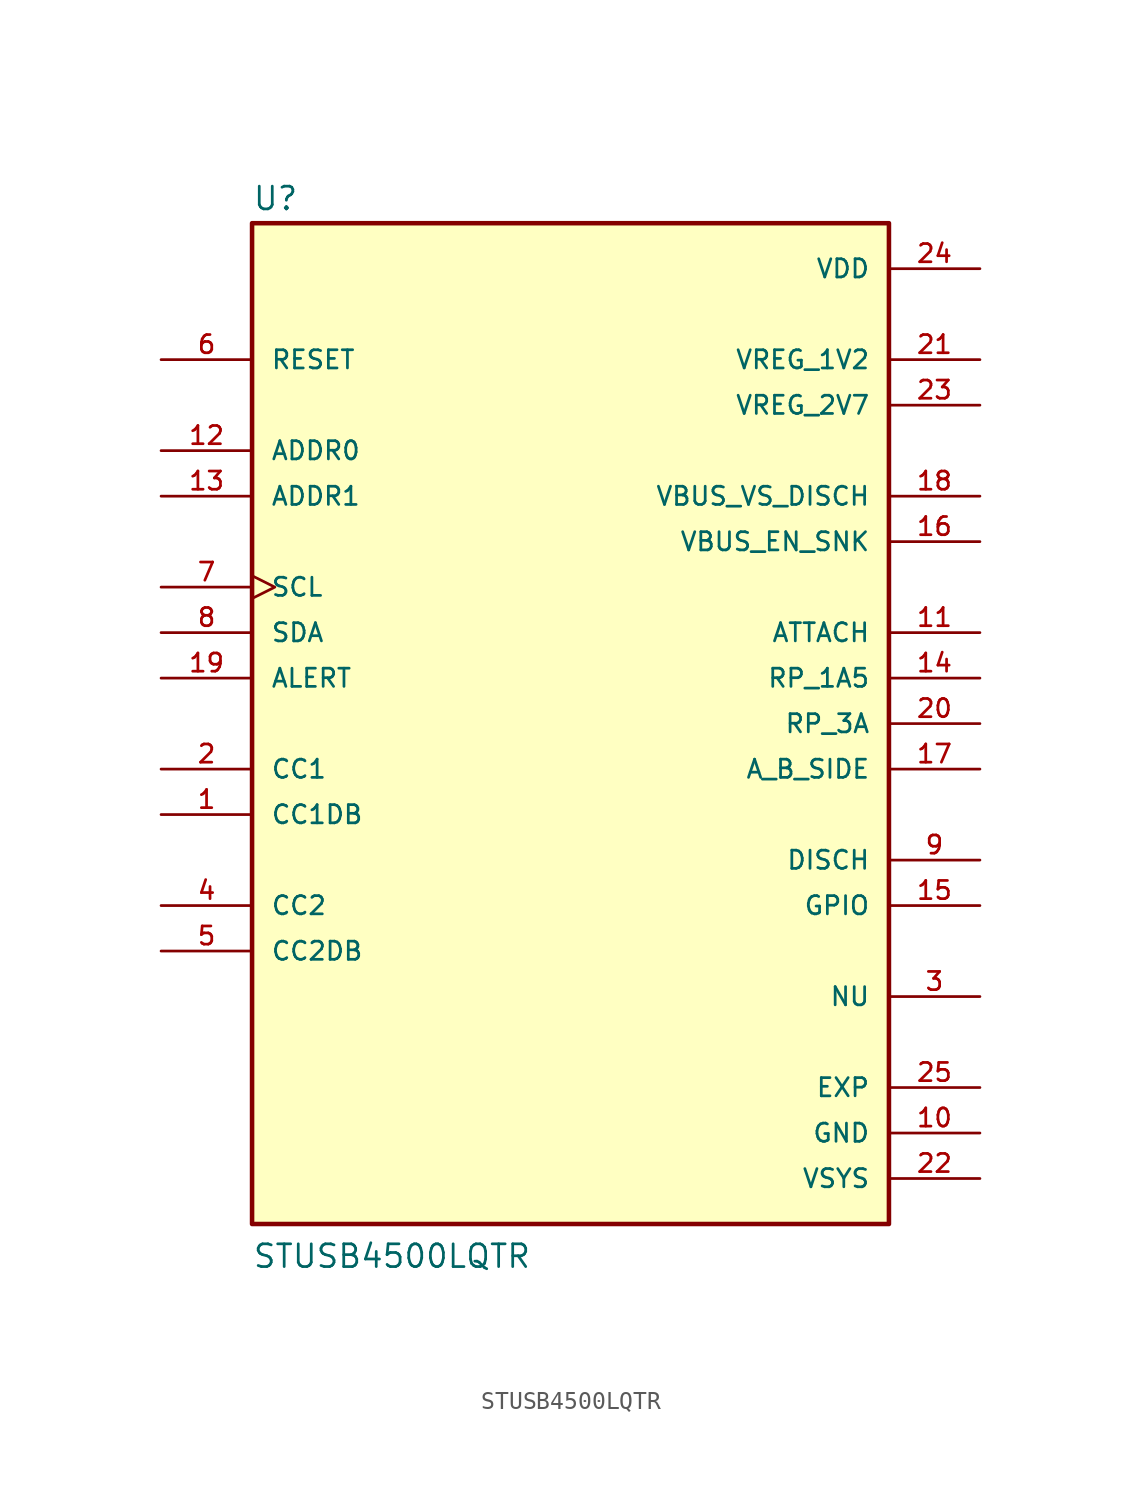
<source format=kicad_sym>
(kicad_symbol_lib
  (version 20211014)
  (generator kicad_symbol_editor)
  (symbol "STUSB4500LQTR"
    (pin_names
      (offset 1.016))
    (property "Reference" "U"
      (at -17.78 28.575 0)
      (effects (font (size 1.27 1.27)) (justify bottom left)))
    (property "Value" "STUSB4500LQTR"
      (at -17.78 -30.48 0)
      (effects (font (size 1.27 1.27)) (justify bottom left)))
    (symbol "STUSB4500LQTR_0_0"
      (rectangle (start -17.78 -27.94) (end 17.78 27.94) (stroke (width 0.254)) (fill (type background)))
      (pin bidirectional line (at -22.86 -5.08 0) (length 5.08) (name "CC1DB" (effects (font (size 1.016 1.016)))) (number "1" (effects (font (size 1.016 1.016)))))
      (pin bidirectional line (at -22.86 -2.54 0) (length 5.08) (name "CC1" (effects (font (size 1.016 1.016)))) (number "2" (effects (font (size 1.016 1.016)))))
      (pin passive line (at 22.86 -15.24 180.0) (length 5.08) (name "NU" (effects (font (size 1.016 1.016)))) (number "3" (effects (font (size 1.016 1.016)))))
      (pin bidirectional line (at -22.86 -10.16 0) (length 5.08) (name "CC2" (effects (font (size 1.016 1.016)))) (number "4" (effects (font (size 1.016 1.016)))))
      (pin bidirectional line (at -22.86 -12.7 0) (length 5.08) (name "CC2DB" (effects (font (size 1.016 1.016)))) (number "5" (effects (font (size 1.016 1.016)))))
      (pin input line (at -22.86 20.32 0) (length 5.08) (name "RESET" (effects (font (size 1.016 1.016)))) (number "6" (effects (font (size 1.016 1.016)))))
      (pin input clock (at -22.86 7.62 0) (length 5.08) (name "SCL" (effects (font (size 1.016 1.016)))) (number "7" (effects (font (size 1.016 1.016)))))
      (pin bidirectional line (at -22.86 5.08 0) (length 5.08) (name "SDA" (effects (font (size 1.016 1.016)))) (number "8" (effects (font (size 1.016 1.016)))))
      (pin bidirectional line (at 22.86 -7.62 180.0) (length 5.08) (name "DISCH" (effects (font (size 1.016 1.016)))) (number "9" (effects (font (size 1.016 1.016)))))
      (pin power_in line (at 22.86 -22.86 180.0) (length 5.08) (name "GND" (effects (font (size 1.016 1.016)))) (number "10" (effects (font (size 1.016 1.016)))))
      (pin output line (at 22.86 5.08 180.0) (length 5.08) (name "ATTACH" (effects (font (size 1.016 1.016)))) (number "11" (effects (font (size 1.016 1.016)))))
      (pin input line (at -22.86 15.24 0) (length 5.08) (name "ADDR0" (effects (font (size 1.016 1.016)))) (number "12" (effects (font (size 1.016 1.016)))))
      (pin input line (at -22.86 12.7 0) (length 5.08) (name "ADDR1" (effects (font (size 1.016 1.016)))) (number "13" (effects (font (size 1.016 1.016)))))
      (pin output line (at 22.86 2.54 180.0) (length 5.08) (name "RP_1A5" (effects (font (size 1.016 1.016)))) (number "14" (effects (font (size 1.016 1.016)))))
      (pin bidirectional line (at 22.86 -10.16 180.0) (length 5.08) (name "GPIO" (effects (font (size 1.016 1.016)))) (number "15" (effects (font (size 1.016 1.016)))))
      (pin output line (at 22.86 10.16 180.0) (length 5.08) (name "VBUS_EN_SNK" (effects (font (size 1.016 1.016)))) (number "16" (effects (font (size 1.016 1.016)))))
      (pin output line (at 22.86 -2.54 180.0) (length 5.08) (name "A_B_SIDE" (effects (font (size 1.016 1.016)))) (number "17" (effects (font (size 1.016 1.016)))))
      (pin input line (at 22.86 12.7 180.0) (length 5.08) (name "VBUS_VS_DISCH" (effects (font (size 1.016 1.016)))) (number "18" (effects (font (size 1.016 1.016)))))
      (pin output line (at -22.86 2.54 0) (length 5.08) (name "ALERT" (effects (font (size 1.016 1.016)))) (number "19" (effects (font (size 1.016 1.016)))))
      (pin output line (at 22.86 0.0 180.0) (length 5.08) (name "RP_3A" (effects (font (size 1.016 1.016)))) (number "20" (effects (font (size 1.016 1.016)))))
      (pin output line (at 22.86 20.32 180.0) (length 5.08) (name "VREG_1V2" (effects (font (size 1.016 1.016)))) (number "21" (effects (font (size 1.016 1.016)))))
      (pin power_in line (at 22.86 -25.4 180.0) (length 5.08) (name "VSYS" (effects (font (size 1.016 1.016)))) (number "22" (effects (font (size 1.016 1.016)))))
      (pin output line (at 22.86 17.78 180.0) (length 5.08) (name "VREG_2V7" (effects (font (size 1.016 1.016)))) (number "23" (effects (font (size 1.016 1.016)))))
      (pin power_in line (at 22.86 25.4 180.0) (length 5.08) (name "VDD" (effects (font (size 1.016 1.016)))) (number "24" (effects (font (size 1.016 1.016)))))
      (pin power_in line (at 22.86 -20.32 180.0) (length 5.08) (name "EXP" (effects (font (size 1.016 1.016)))) (number "25" (effects (font (size 1.016 1.016))))))))
</source>
